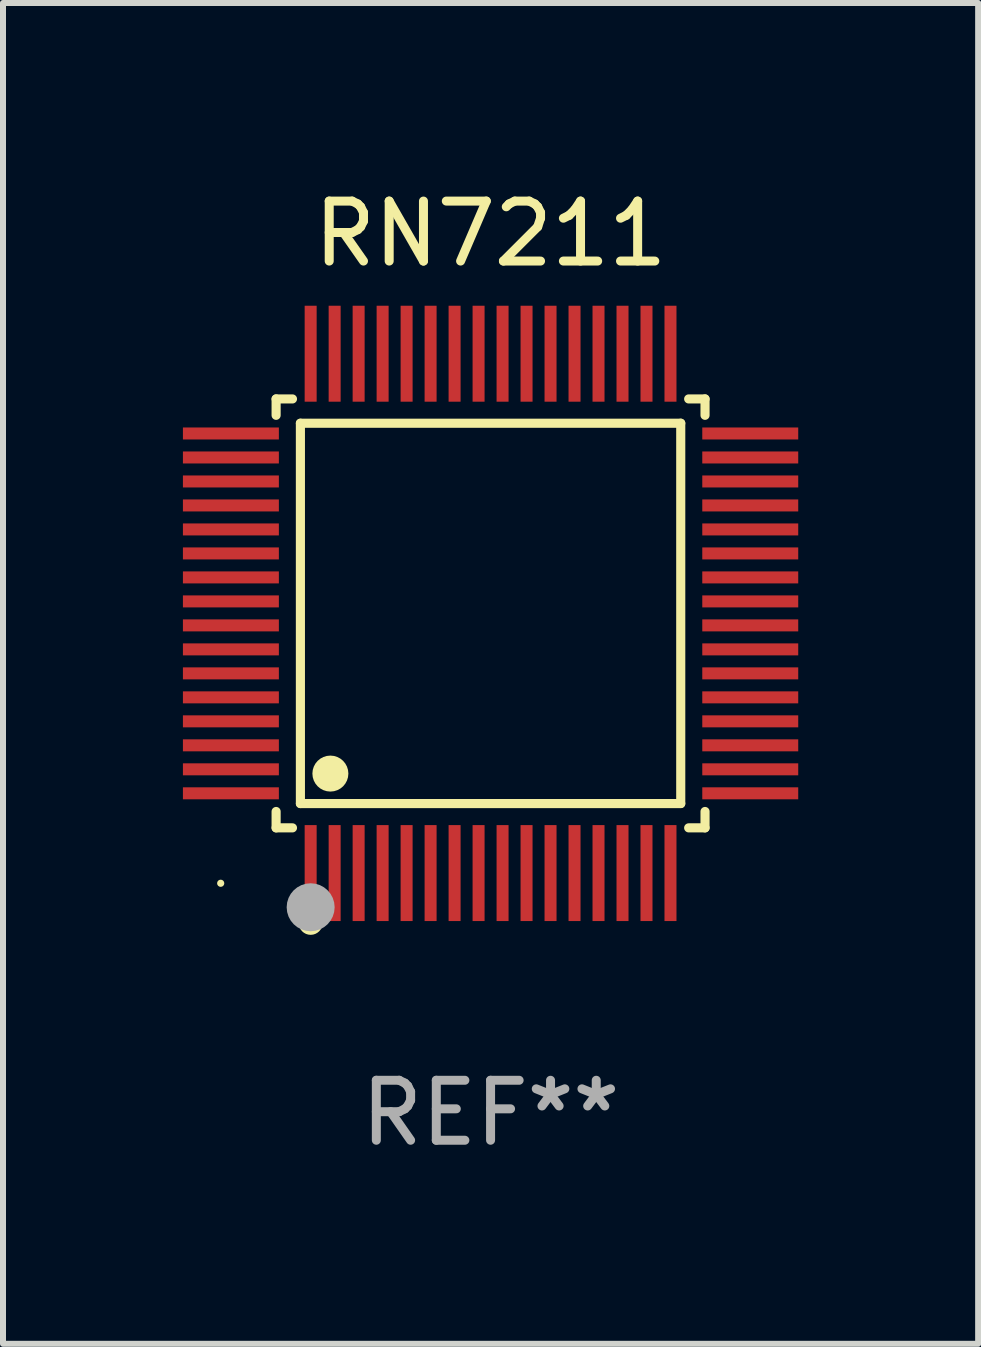
<source format=kicad_pcb>
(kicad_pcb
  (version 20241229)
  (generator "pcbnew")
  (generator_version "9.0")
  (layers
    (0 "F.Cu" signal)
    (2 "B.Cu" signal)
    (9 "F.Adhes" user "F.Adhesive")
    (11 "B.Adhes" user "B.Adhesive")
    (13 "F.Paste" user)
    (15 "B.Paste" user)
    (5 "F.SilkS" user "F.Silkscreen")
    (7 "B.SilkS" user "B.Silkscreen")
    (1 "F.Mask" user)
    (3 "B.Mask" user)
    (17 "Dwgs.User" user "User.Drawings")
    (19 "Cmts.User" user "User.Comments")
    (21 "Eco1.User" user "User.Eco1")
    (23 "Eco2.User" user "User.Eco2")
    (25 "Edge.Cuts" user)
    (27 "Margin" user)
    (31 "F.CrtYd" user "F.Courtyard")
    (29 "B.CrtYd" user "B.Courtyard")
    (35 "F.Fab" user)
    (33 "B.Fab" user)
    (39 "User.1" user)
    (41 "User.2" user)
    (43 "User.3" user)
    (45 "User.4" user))
  (footprint "RN7211"
    (layer "F.Cu")
    (at 5.13 7.178)
    (property "Reference" "RN7211" (at 0 -6.33 0) (layer "F.SilkS") (effects (font (size 1 1) (thickness 0.15))))
    (attr through_hole)
    (fp_line (start -3.576 -3.576) (end -3.303 -3.576) (stroke (width 0.152) (type solid)) (layer "F.SilkS"))
    (fp_line (start -3.576 -3.303) (end -3.576 -3.576) (stroke (width 0.152) (type solid)) (layer "F.SilkS"))
    (fp_line (start -3.576 3.303) (end -3.576 3.576) (stroke (width 0.152) (type solid)) (layer "F.SilkS"))
    (fp_line (start -3.576 3.576) (end -3.303 3.576) (stroke (width 0.152) (type solid)) (layer "F.SilkS"))
    (fp_line (start -3.171 -3.171) (end 3.171 -3.171) (stroke (width 0.152) (type solid)) (layer "F.SilkS"))
    (fp_line (start -3.171 3.171) (end -3.171 -3.171) (stroke (width 0.152) (type solid)) (layer "F.SilkS"))
    (fp_line (start 3.171 -3.171) (end 3.171 3.171) (stroke (width 0.152) (type solid)) (layer "F.SilkS"))
    (fp_line (start 3.171 3.171) (end -3.171 3.171) (stroke (width 0.152) (type solid)) (layer "F.SilkS"))
    (fp_line (start 3.576 -3.576) (end 3.303 -3.576) (stroke (width 0.152) (type solid)) (layer "F.SilkS"))
    (fp_line (start 3.576 -3.303) (end 3.576 -3.576) (stroke (width 0.152) (type solid)) (layer "F.SilkS"))
    (fp_line (start 3.576 3.303) (end 3.576 3.576) (stroke (width 0.152) (type solid)) (layer "F.SilkS"))
    (fp_line (start 3.576 3.576) (end 3.303 3.576) (stroke (width 0.152) (type solid)) (layer "F.SilkS"))
    (fp_circle (center -4.5 4.5) (end -4.47 4.5) (stroke (width 0.06) (type solid)) (fill no) (layer "F.SilkS"))
    (fp_circle (center -3 5.16) (end -2.9 5.16) (stroke (width 0.2) (type solid)) (fill no) (layer "F.SilkS"))
    (fp_circle (center -2.671 2.671) (end -2.521 2.671) (stroke (width 0.3) (type solid)) (fill no) (layer "F.SilkS"))
    (fp_circle (center -3 4.9) (end -2.8 4.9) (stroke (width 0.4) (type solid)) (fill no) (layer "F.Fab"))
    (fp_text user "REF**" (at 0 8.33 0) (layer "F.Fab") (effects (font (size 1 1) (thickness 0.15))))
    (pad "1" smd rect (at -3 4.33) (size 0.2 1.6) (layers "F.Cu" "F.Mask" "F.Paste"))
    (pad "2" smd rect (at -2.6 4.33) (size 0.2 1.6) (layers "F.Cu" "F.Mask" "F.Paste"))
    (pad "3" smd rect (at -2.2 4.33) (size 0.2 1.6) (layers "F.Cu" "F.Mask" "F.Paste"))
    (pad "4" smd rect (at -1.8 4.33) (size 0.2 1.6) (layers "F.Cu" "F.Mask" "F.Paste"))
    (pad "5" smd rect (at -1.4 4.33) (size 0.2 1.6) (layers "F.Cu" "F.Mask" "F.Paste"))
    (pad "6" smd rect (at -1 4.33) (size 0.2 1.6) (layers "F.Cu" "F.Mask" "F.Paste"))
    (pad "7" smd rect (at -0.6 4.33) (size 0.2 1.6) (layers "F.Cu" "F.Mask" "F.Paste"))
    (pad "8" smd rect (at -0.2 4.33) (size 0.2 1.6) (layers "F.Cu" "F.Mask" "F.Paste"))
    (pad "9" smd rect (at 0.2 4.33) (size 0.2 1.6) (layers "F.Cu" "F.Mask" "F.Paste"))
    (pad "10" smd rect (at 0.6 4.33) (size 0.2 1.6) (layers "F.Cu" "F.Mask" "F.Paste"))
    (pad "11" smd rect (at 1 4.33) (size 0.2 1.6) (layers "F.Cu" "F.Mask" "F.Paste"))
    (pad "12" smd rect (at 1.4 4.33) (size 0.2 1.6) (layers "F.Cu" "F.Mask" "F.Paste"))
    (pad "13" smd rect (at 1.8 4.33) (size 0.2 1.6) (layers "F.Cu" "F.Mask" "F.Paste"))
    (pad "14" smd rect (at 2.2 4.33) (size 0.2 1.6) (layers "F.Cu" "F.Mask" "F.Paste"))
    (pad "15" smd rect (at 2.6 4.33) (size 0.2 1.6) (layers "F.Cu" "F.Mask" "F.Paste"))
    (pad "16" smd rect (at 3 4.33) (size 0.2 1.6) (layers "F.Cu" "F.Mask" "F.Paste"))
    (pad "17" smd rect (at 4.33 3) (size 1.6 0.2) (layers "F.Cu" "F.Mask" "F.Paste"))
    (pad "18" smd rect (at 4.33 2.6) (size 1.6 0.2) (layers "F.Cu" "F.Mask" "F.Paste"))
    (pad "19" smd rect (at 4.33 2.2) (size 1.6 0.2) (layers "F.Cu" "F.Mask" "F.Paste"))
    (pad "20" smd rect (at 4.33 1.8) (size 1.6 0.2) (layers "F.Cu" "F.Mask" "F.Paste"))
    (pad "21" smd rect (at 4.33 1.4) (size 1.6 0.2) (layers "F.Cu" "F.Mask" "F.Paste"))
    (pad "22" smd rect (at 4.33 1) (size 1.6 0.2) (layers "F.Cu" "F.Mask" "F.Paste"))
    (pad "23" smd rect (at 4.33 0.6) (size 1.6 0.2) (layers "F.Cu" "F.Mask" "F.Paste"))
    (pad "24" smd rect (at 4.33 0.2) (size 1.6 0.2) (layers "F.Cu" "F.Mask" "F.Paste"))
    (pad "25" smd rect (at 4.33 -0.2) (size 1.6 0.2) (layers "F.Cu" "F.Mask" "F.Paste"))
    (pad "26" smd rect (at 4.33 -0.6) (size 1.6 0.2) (layers "F.Cu" "F.Mask" "F.Paste"))
    (pad "27" smd rect (at 4.33 -1) (size 1.6 0.2) (layers "F.Cu" "F.Mask" "F.Paste"))
    (pad "28" smd rect (at 4.33 -1.4) (size 1.6 0.2) (layers "F.Cu" "F.Mask" "F.Paste"))
    (pad "29" smd rect (at 4.33 -1.8) (size 1.6 0.2) (layers "F.Cu" "F.Mask" "F.Paste"))
    (pad "30" smd rect (at 4.33 -2.2) (size 1.6 0.2) (layers "F.Cu" "F.Mask" "F.Paste"))
    (pad "31" smd rect (at 4.33 -2.6) (size 1.6 0.2) (layers "F.Cu" "F.Mask" "F.Paste"))
    (pad "32" smd rect (at 4.33 -3) (size 1.6 0.2) (layers "F.Cu" "F.Mask" "F.Paste"))
    (pad "33" smd rect (at 3 -4.33) (size 0.2 1.6) (layers "F.Cu" "F.Mask" "F.Paste"))
    (pad "34" smd rect (at 2.6 -4.33) (size 0.2 1.6) (layers "F.Cu" "F.Mask" "F.Paste"))
    (pad "35" smd rect (at 2.2 -4.33) (size 0.2 1.6) (layers "F.Cu" "F.Mask" "F.Paste"))
    (pad "36" smd rect (at 1.8 -4.33) (size 0.2 1.6) (layers "F.Cu" "F.Mask" "F.Paste"))
    (pad "37" smd rect (at 1.4 -4.33) (size 0.2 1.6) (layers "F.Cu" "F.Mask" "F.Paste"))
    (pad "38" smd rect (at 1 -4.33) (size 0.2 1.6) (layers "F.Cu" "F.Mask" "F.Paste"))
    (pad "39" smd rect (at 0.6 -4.33) (size 0.2 1.6) (layers "F.Cu" "F.Mask" "F.Paste"))
    (pad "40" smd rect (at 0.2 -4.33) (size 0.2 1.6) (layers "F.Cu" "F.Mask" "F.Paste"))
    (pad "41" smd rect (at -0.2 -4.33) (size 0.2 1.6) (layers "F.Cu" "F.Mask" "F.Paste"))
    (pad "42" smd rect (at -0.6 -4.33) (size 0.2 1.6) (layers "F.Cu" "F.Mask" "F.Paste"))
    (pad "43" smd rect (at -1 -4.33) (size 0.2 1.6) (layers "F.Cu" "F.Mask" "F.Paste"))
    (pad "44" smd rect (at -1.4 -4.33) (size 0.2 1.6) (layers "F.Cu" "F.Mask" "F.Paste"))
    (pad "45" smd rect (at -1.8 -4.33) (size 0.2 1.6) (layers "F.Cu" "F.Mask" "F.Paste"))
    (pad "46" smd rect (at -2.2 -4.33) (size 0.2 1.6) (layers "F.Cu" "F.Mask" "F.Paste"))
    (pad "47" smd rect (at -2.6 -4.33) (size 0.2 1.6) (layers "F.Cu" "F.Mask" "F.Paste"))
    (pad "48" smd rect (at -3 -4.33) (size 0.2 1.6) (layers "F.Cu" "F.Mask" "F.Paste"))
    (pad "49" smd rect (at -4.33 -3) (size 1.6 0.2) (layers "F.Cu" "F.Mask" "F.Paste"))
    (pad "50" smd rect (at -4.33 -2.6) (size 1.6 0.2) (layers "F.Cu" "F.Mask" "F.Paste"))
    (pad "51" smd rect (at -4.33 -2.2) (size 1.6 0.2) (layers "F.Cu" "F.Mask" "F.Paste"))
    (pad "52" smd rect (at -4.33 -1.8) (size 1.6 0.2) (layers "F.Cu" "F.Mask" "F.Paste"))
    (pad "53" smd rect (at -4.33 -1.4) (size 1.6 0.2) (layers "F.Cu" "F.Mask" "F.Paste"))
    (pad "54" smd rect (at -4.33 -1) (size 1.6 0.2) (layers "F.Cu" "F.Mask" "F.Paste"))
    (pad "55" smd rect (at -4.33 -0.6) (size 1.6 0.2) (layers "F.Cu" "F.Mask" "F.Paste"))
    (pad "56" smd rect (at -4.33 -0.2) (size 1.6 0.2) (layers "F.Cu" "F.Mask" "F.Paste"))
    (pad "57" smd rect (at -4.33 0.2) (size 1.6 0.2) (layers "F.Cu" "F.Mask" "F.Paste"))
    (pad "58" smd rect (at -4.33 0.6) (size 1.6 0.2) (layers "F.Cu" "F.Mask" "F.Paste"))
    (pad "59" smd rect (at -4.33 1) (size 1.6 0.2) (layers "F.Cu" "F.Mask" "F.Paste"))
    (pad "60" smd rect (at -4.33 1.4) (size 1.6 0.2) (layers "F.Cu" "F.Mask" "F.Paste"))
    (pad "61" smd rect (at -4.33 1.8) (size 1.6 0.2) (layers "F.Cu" "F.Mask" "F.Paste"))
    (pad "62" smd rect (at -4.33 2.2) (size 1.6 0.2) (layers "F.Cu" "F.Mask" "F.Paste"))
    (pad "63" smd rect (at -4.33 2.6) (size 1.6 0.2) (layers "F.Cu" "F.Mask" "F.Paste"))
    (pad "64" smd rect (at -4.33 3) (size 1.6 0.2) (layers "F.Cu" "F.Mask" "F.Paste")))
  (gr_rect
    (start -3 -3)
    (end 13.26 19.357)
    (stroke (width 0.1) (type default))
    (fill no)
    (layer "Edge.Cuts")))
</source>
